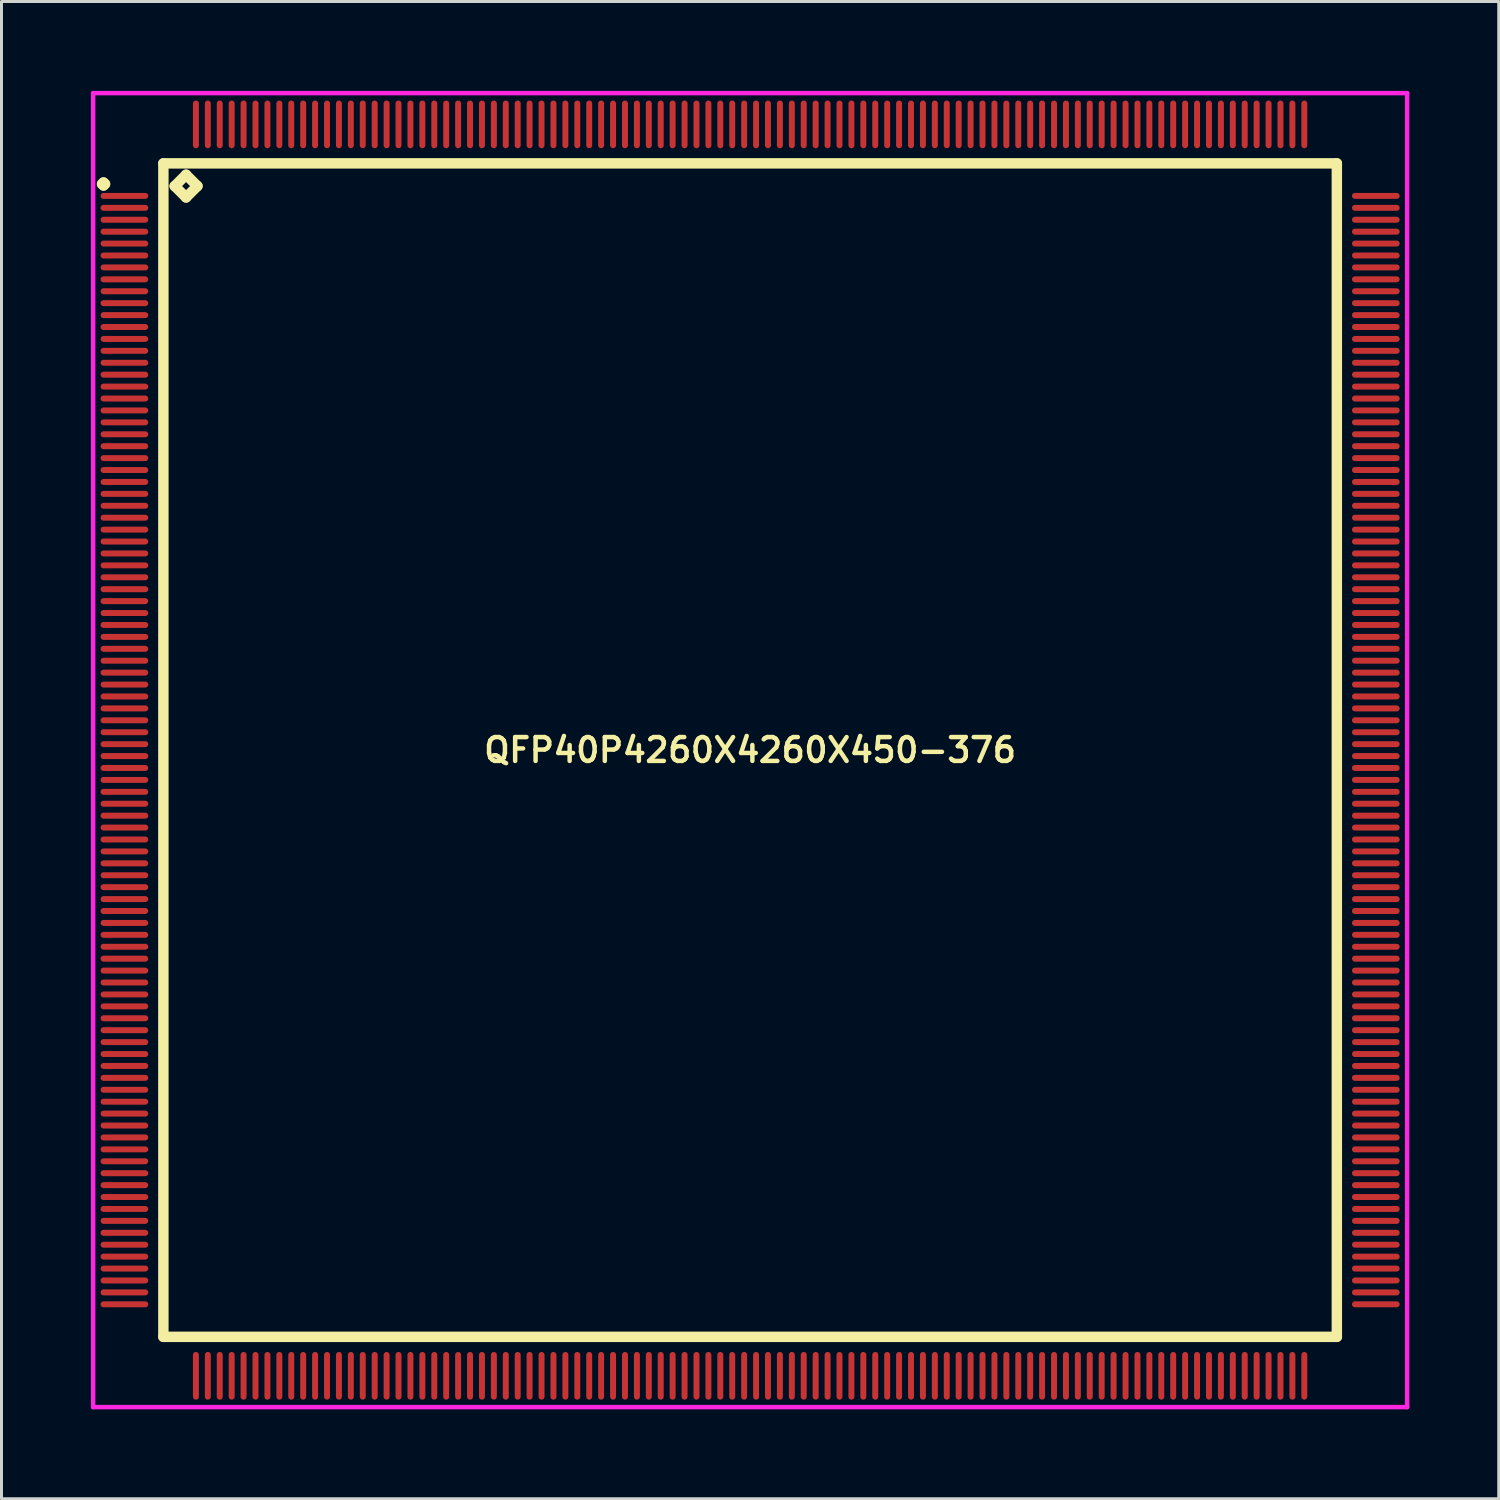
<source format=kicad_pcb>
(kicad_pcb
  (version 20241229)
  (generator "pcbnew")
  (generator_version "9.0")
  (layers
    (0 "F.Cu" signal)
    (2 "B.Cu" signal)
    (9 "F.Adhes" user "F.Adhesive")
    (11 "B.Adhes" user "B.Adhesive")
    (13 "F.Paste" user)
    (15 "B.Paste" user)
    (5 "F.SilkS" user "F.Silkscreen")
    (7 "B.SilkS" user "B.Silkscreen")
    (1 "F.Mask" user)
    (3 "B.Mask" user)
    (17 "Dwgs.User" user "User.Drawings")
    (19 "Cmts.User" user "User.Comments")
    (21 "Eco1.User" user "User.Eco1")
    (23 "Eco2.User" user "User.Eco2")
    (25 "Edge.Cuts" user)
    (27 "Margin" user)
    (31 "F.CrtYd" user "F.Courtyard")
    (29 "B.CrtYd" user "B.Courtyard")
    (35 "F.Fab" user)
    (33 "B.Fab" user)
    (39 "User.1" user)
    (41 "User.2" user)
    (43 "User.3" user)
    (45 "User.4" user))
  (footprint "QFP40P4260X4260X450-376"
    (layer "F.Cu")
    (at 22.125 22.125)
    (property "Reference" "QFP40P4260X4260X450-376" (at 0 0 0) (layer "F.SilkS") (effects (font (size 0.8 0.8) (thickness 0.15))))
    (attr smd)
    (fp_line (start -21.75 -19) (end -21.7 -19.05) (stroke (width 0.35) (type solid)) (layer "F.SilkS"))
    (fp_line (start -21.7 -19.05) (end -21.65 -19) (stroke (width 0.35) (type solid)) (layer "F.SilkS"))
    (fp_line (start -21.7 -18.95) (end -21.75 -19) (stroke (width 0.35) (type solid)) (layer "F.SilkS"))
    (fp_line (start -21.65 -19) (end -21.7 -18.95) (stroke (width 0.35) (type solid)) (layer "F.SilkS"))
    (fp_line (start -19.692 -19.692) (end -19.692 19.692) (stroke (width 0.35) (type solid)) (layer "F.SilkS"))
    (fp_line (start -19.692 19.692) (end 19.692 19.692) (stroke (width 0.35) (type solid)) (layer "F.SilkS"))
    (fp_line (start -19.311 -18.93) (end -18.93 -19.311) (stroke (width 0.35) (type solid)) (layer "F.SilkS"))
    (fp_line (start -18.93 -19.311) (end -18.549 -18.93) (stroke (width 0.35) (type solid)) (layer "F.SilkS"))
    (fp_line (start -18.93 -18.549) (end -19.311 -18.93) (stroke (width 0.35) (type solid)) (layer "F.SilkS"))
    (fp_line (start -18.549 -18.93) (end -18.93 -18.549) (stroke (width 0.35) (type solid)) (layer "F.SilkS"))
    (fp_line (start 19.692 -19.692) (end -19.692 -19.692) (stroke (width 0.35) (type solid)) (layer "F.SilkS"))
    (fp_line (start 19.692 19.692) (end 19.692 -19.692) (stroke (width 0.35) (type solid)) (layer "F.SilkS"))
    (fp_line (start -22.05 -22.05) (end 22.05 -22.05) (stroke (width 0.15) (type solid)) (layer "F.CrtYd"))
    (fp_line (start -22.05 22.05) (end -22.05 -22.05) (stroke (width 0.15) (type solid)) (layer "F.CrtYd"))
    (fp_line (start 22.05 -22.05) (end 22.05 22.05) (stroke (width 0.15) (type solid)) (layer "F.CrtYd"))
    (fp_line (start 22.05 22.05) (end -22.05 22.05) (stroke (width 0.15) (type solid)) (layer "F.CrtYd"))
    (pad "1" smd oval (at -21 -18.6) (size 1.6 0.2) (layers "F.Cu" "F.Mask" "F.Paste"))
    (pad "2" smd oval (at -21 -18.2) (size 1.6 0.2) (layers "F.Cu" "F.Mask" "F.Paste"))
    (pad "3" smd oval (at -21 -17.8) (size 1.6 0.2) (layers "F.Cu" "F.Mask" "F.Paste"))
    (pad "4" smd oval (at -21 -17.4) (size 1.6 0.2) (layers "F.Cu" "F.Mask" "F.Paste"))
    (pad "5" smd oval (at -21 -17) (size 1.6 0.2) (layers "F.Cu" "F.Mask" "F.Paste"))
    (pad "6" smd oval (at -21 -16.6) (size 1.6 0.2) (layers "F.Cu" "F.Mask" "F.Paste"))
    (pad "7" smd oval (at -21 -16.2) (size 1.6 0.2) (layers "F.Cu" "F.Mask" "F.Paste"))
    (pad "8" smd oval (at -21 -15.8) (size 1.6 0.2) (layers "F.Cu" "F.Mask" "F.Paste"))
    (pad "9" smd oval (at -21 -15.4) (size 1.6 0.2) (layers "F.Cu" "F.Mask" "F.Paste"))
    (pad "10" smd oval (at -21 -15) (size 1.6 0.2) (layers "F.Cu" "F.Mask" "F.Paste"))
    (pad "11" smd oval (at -21 -14.6) (size 1.6 0.2) (layers "F.Cu" "F.Mask" "F.Paste"))
    (pad "12" smd oval (at -21 -14.2) (size 1.6 0.2) (layers "F.Cu" "F.Mask" "F.Paste"))
    (pad "13" smd oval (at -21 -13.8) (size 1.6 0.2) (layers "F.Cu" "F.Mask" "F.Paste"))
    (pad "14" smd oval (at -21 -13.4) (size 1.6 0.2) (layers "F.Cu" "F.Mask" "F.Paste"))
    (pad "15" smd oval (at -21 -13) (size 1.6 0.2) (layers "F.Cu" "F.Mask" "F.Paste"))
    (pad "16" smd oval (at -21 -12.6) (size 1.6 0.2) (layers "F.Cu" "F.Mask" "F.Paste"))
    (pad "17" smd oval (at -21 -12.2) (size 1.6 0.2) (layers "F.Cu" "F.Mask" "F.Paste"))
    (pad "18" smd oval (at -21 -11.8) (size 1.6 0.2) (layers "F.Cu" "F.Mask" "F.Paste"))
    (pad "19" smd oval (at -21 -11.4) (size 1.6 0.2) (layers "F.Cu" "F.Mask" "F.Paste"))
    (pad "20" smd oval (at -21 -11) (size 1.6 0.2) (layers "F.Cu" "F.Mask" "F.Paste"))
    (pad "21" smd oval (at -21 -10.6) (size 1.6 0.2) (layers "F.Cu" "F.Mask" "F.Paste"))
    (pad "22" smd oval (at -21 -10.2) (size 1.6 0.2) (layers "F.Cu" "F.Mask" "F.Paste"))
    (pad "23" smd oval (at -21 -9.8) (size 1.6 0.2) (layers "F.Cu" "F.Mask" "F.Paste"))
    (pad "24" smd oval (at -21 -9.4) (size 1.6 0.2) (layers "F.Cu" "F.Mask" "F.Paste"))
    (pad "25" smd oval (at -21 -9) (size 1.6 0.2) (layers "F.Cu" "F.Mask" "F.Paste"))
    (pad "26" smd oval (at -21 -8.6) (size 1.6 0.2) (layers "F.Cu" "F.Mask" "F.Paste"))
    (pad "27" smd oval (at -21 -8.2) (size 1.6 0.2) (layers "F.Cu" "F.Mask" "F.Paste"))
    (pad "28" smd oval (at -21 -7.8) (size 1.6 0.2) (layers "F.Cu" "F.Mask" "F.Paste"))
    (pad "29" smd oval (at -21 -7.4) (size 1.6 0.2) (layers "F.Cu" "F.Mask" "F.Paste"))
    (pad "30" smd oval (at -21 -7) (size 1.6 0.2) (layers "F.Cu" "F.Mask" "F.Paste"))
    (pad "31" smd oval (at -21 -6.6) (size 1.6 0.2) (layers "F.Cu" "F.Mask" "F.Paste"))
    (pad "32" smd oval (at -21 -6.2) (size 1.6 0.2) (layers "F.Cu" "F.Mask" "F.Paste"))
    (pad "33" smd oval (at -21 -5.8) (size 1.6 0.2) (layers "F.Cu" "F.Mask" "F.Paste"))
    (pad "34" smd oval (at -21 -5.4) (size 1.6 0.2) (layers "F.Cu" "F.Mask" "F.Paste"))
    (pad "35" smd oval (at -21 -5) (size 1.6 0.2) (layers "F.Cu" "F.Mask" "F.Paste"))
    (pad "36" smd oval (at -21 -4.6) (size 1.6 0.2) (layers "F.Cu" "F.Mask" "F.Paste"))
    (pad "37" smd oval (at -21 -4.2) (size 1.6 0.2) (layers "F.Cu" "F.Mask" "F.Paste"))
    (pad "38" smd oval (at -21 -3.8) (size 1.6 0.2) (layers "F.Cu" "F.Mask" "F.Paste"))
    (pad "39" smd oval (at -21 -3.4) (size 1.6 0.2) (layers "F.Cu" "F.Mask" "F.Paste"))
    (pad "40" smd oval (at -21 -3) (size 1.6 0.2) (layers "F.Cu" "F.Mask" "F.Paste"))
    (pad "41" smd oval (at -21 -2.6) (size 1.6 0.2) (layers "F.Cu" "F.Mask" "F.Paste"))
    (pad "42" smd oval (at -21 -2.2) (size 1.6 0.2) (layers "F.Cu" "F.Mask" "F.Paste"))
    (pad "43" smd oval (at -21 -1.8) (size 1.6 0.2) (layers "F.Cu" "F.Mask" "F.Paste"))
    (pad "44" smd oval (at -21 -1.4) (size 1.6 0.2) (layers "F.Cu" "F.Mask" "F.Paste"))
    (pad "45" smd oval (at -21 -1) (size 1.6 0.2) (layers "F.Cu" "F.Mask" "F.Paste"))
    (pad "46" smd oval (at -21 -0.6) (size 1.6 0.2) (layers "F.Cu" "F.Mask" "F.Paste"))
    (pad "47" smd oval (at -21 -0.2) (size 1.6 0.2) (layers "F.Cu" "F.Mask" "F.Paste"))
    (pad "48" smd oval (at -21 0.2) (size 1.6 0.2) (layers "F.Cu" "F.Mask" "F.Paste"))
    (pad "49" smd oval (at -21 0.6) (size 1.6 0.2) (layers "F.Cu" "F.Mask" "F.Paste"))
    (pad "50" smd oval (at -21 1) (size 1.6 0.2) (layers "F.Cu" "F.Mask" "F.Paste"))
    (pad "51" smd oval (at -21 1.4) (size 1.6 0.2) (layers "F.Cu" "F.Mask" "F.Paste"))
    (pad "52" smd oval (at -21 1.8) (size 1.6 0.2) (layers "F.Cu" "F.Mask" "F.Paste"))
    (pad "53" smd oval (at -21 2.2) (size 1.6 0.2) (layers "F.Cu" "F.Mask" "F.Paste"))
    (pad "54" smd oval (at -21 2.6) (size 1.6 0.2) (layers "F.Cu" "F.Mask" "F.Paste"))
    (pad "55" smd oval (at -21 3) (size 1.6 0.2) (layers "F.Cu" "F.Mask" "F.Paste"))
    (pad "56" smd oval (at -21 3.4) (size 1.6 0.2) (layers "F.Cu" "F.Mask" "F.Paste"))
    (pad "57" smd oval (at -21 3.8) (size 1.6 0.2) (layers "F.Cu" "F.Mask" "F.Paste"))
    (pad "58" smd oval (at -21 4.2) (size 1.6 0.2) (layers "F.Cu" "F.Mask" "F.Paste"))
    (pad "59" smd oval (at -21 4.6) (size 1.6 0.2) (layers "F.Cu" "F.Mask" "F.Paste"))
    (pad "60" smd oval (at -21 5) (size 1.6 0.2) (layers "F.Cu" "F.Mask" "F.Paste"))
    (pad "61" smd oval (at -21 5.4) (size 1.6 0.2) (layers "F.Cu" "F.Mask" "F.Paste"))
    (pad "62" smd oval (at -21 5.8) (size 1.6 0.2) (layers "F.Cu" "F.Mask" "F.Paste"))
    (pad "63" smd oval (at -21 6.2) (size 1.6 0.2) (layers "F.Cu" "F.Mask" "F.Paste"))
    (pad "64" smd oval (at -21 6.6) (size 1.6 0.2) (layers "F.Cu" "F.Mask" "F.Paste"))
    (pad "65" smd oval (at -21 7) (size 1.6 0.2) (layers "F.Cu" "F.Mask" "F.Paste"))
    (pad "66" smd oval (at -21 7.4) (size 1.6 0.2) (layers "F.Cu" "F.Mask" "F.Paste"))
    (pad "67" smd oval (at -21 7.8) (size 1.6 0.2) (layers "F.Cu" "F.Mask" "F.Paste"))
    (pad "68" smd oval (at -21 8.2) (size 1.6 0.2) (layers "F.Cu" "F.Mask" "F.Paste"))
    (pad "69" smd oval (at -21 8.6) (size 1.6 0.2) (layers "F.Cu" "F.Mask" "F.Paste"))
    (pad "70" smd oval (at -21 9) (size 1.6 0.2) (layers "F.Cu" "F.Mask" "F.Paste"))
    (pad "71" smd oval (at -21 9.4) (size 1.6 0.2) (layers "F.Cu" "F.Mask" "F.Paste"))
    (pad "72" smd oval (at -21 9.8) (size 1.6 0.2) (layers "F.Cu" "F.Mask" "F.Paste"))
    (pad "73" smd oval (at -21 10.2) (size 1.6 0.2) (layers "F.Cu" "F.Mask" "F.Paste"))
    (pad "74" smd oval (at -21 10.6) (size 1.6 0.2) (layers "F.Cu" "F.Mask" "F.Paste"))
    (pad "75" smd oval (at -21 11) (size 1.6 0.2) (layers "F.Cu" "F.Mask" "F.Paste"))
    (pad "76" smd oval (at -21 11.4) (size 1.6 0.2) (layers "F.Cu" "F.Mask" "F.Paste"))
    (pad "77" smd oval (at -21 11.8) (size 1.6 0.2) (layers "F.Cu" "F.Mask" "F.Paste"))
    (pad "78" smd oval (at -21 12.2) (size 1.6 0.2) (layers "F.Cu" "F.Mask" "F.Paste"))
    (pad "79" smd oval (at -21 12.6) (size 1.6 0.2) (layers "F.Cu" "F.Mask" "F.Paste"))
    (pad "80" smd oval (at -21 13) (size 1.6 0.2) (layers "F.Cu" "F.Mask" "F.Paste"))
    (pad "81" smd oval (at -21 13.4) (size 1.6 0.2) (layers "F.Cu" "F.Mask" "F.Paste"))
    (pad "82" smd oval (at -21 13.8) (size 1.6 0.2) (layers "F.Cu" "F.Mask" "F.Paste"))
    (pad "83" smd oval (at -21 14.2) (size 1.6 0.2) (layers "F.Cu" "F.Mask" "F.Paste"))
    (pad "84" smd oval (at -21 14.6) (size 1.6 0.2) (layers "F.Cu" "F.Mask" "F.Paste"))
    (pad "85" smd oval (at -21 15) (size 1.6 0.2) (layers "F.Cu" "F.Mask" "F.Paste"))
    (pad "86" smd oval (at -21 15.4) (size 1.6 0.2) (layers "F.Cu" "F.Mask" "F.Paste"))
    (pad "87" smd oval (at -21 15.8) (size 1.6 0.2) (layers "F.Cu" "F.Mask" "F.Paste"))
    (pad "88" smd oval (at -21 16.2) (size 1.6 0.2) (layers "F.Cu" "F.Mask" "F.Paste"))
    (pad "89" smd oval (at -21 16.6) (size 1.6 0.2) (layers "F.Cu" "F.Mask" "F.Paste"))
    (pad "90" smd oval (at -21 17) (size 1.6 0.2) (layers "F.Cu" "F.Mask" "F.Paste"))
    (pad "91" smd oval (at -21 17.4) (size 1.6 0.2) (layers "F.Cu" "F.Mask" "F.Paste"))
    (pad "92" smd oval (at -21 17.8) (size 1.6 0.2) (layers "F.Cu" "F.Mask" "F.Paste"))
    (pad "93" smd oval (at -21 18.2) (size 1.6 0.2) (layers "F.Cu" "F.Mask" "F.Paste"))
    (pad "94" smd oval (at -21 18.6) (size 1.6 0.2) (layers "F.Cu" "F.Mask" "F.Paste"))
    (pad "95" smd oval (at -18.6 21) (size 0.2 1.6) (layers "F.Cu" "F.Mask" "F.Paste"))
    (pad "96" smd oval (at -18.2 21) (size 0.2 1.6) (layers "F.Cu" "F.Mask" "F.Paste"))
    (pad "97" smd oval (at -17.8 21) (size 0.2 1.6) (layers "F.Cu" "F.Mask" "F.Paste"))
    (pad "98" smd oval (at -17.4 21) (size 0.2 1.6) (layers "F.Cu" "F.Mask" "F.Paste"))
    (pad "99" smd oval (at -17 21) (size 0.2 1.6) (layers "F.Cu" "F.Mask" "F.Paste"))
    (pad "100" smd oval (at -16.6 21) (size 0.2 1.6) (layers "F.Cu" "F.Mask" "F.Paste"))
    (pad "101" smd oval (at -16.2 21) (size 0.2 1.6) (layers "F.Cu" "F.Mask" "F.Paste"))
    (pad "102" smd oval (at -15.8 21) (size 0.2 1.6) (layers "F.Cu" "F.Mask" "F.Paste"))
    (pad "103" smd oval (at -15.4 21) (size 0.2 1.6) (layers "F.Cu" "F.Mask" "F.Paste"))
    (pad "104" smd oval (at -15 21) (size 0.2 1.6) (layers "F.Cu" "F.Mask" "F.Paste"))
    (pad "105" smd oval (at -14.6 21) (size 0.2 1.6) (layers "F.Cu" "F.Mask" "F.Paste"))
    (pad "106" smd oval (at -14.2 21) (size 0.2 1.6) (layers "F.Cu" "F.Mask" "F.Paste"))
    (pad "107" smd oval (at -13.8 21) (size 0.2 1.6) (layers "F.Cu" "F.Mask" "F.Paste"))
    (pad "108" smd oval (at -13.4 21) (size 0.2 1.6) (layers "F.Cu" "F.Mask" "F.Paste"))
    (pad "109" smd oval (at -13 21) (size 0.2 1.6) (layers "F.Cu" "F.Mask" "F.Paste"))
    (pad "110" smd oval (at -12.6 21) (size 0.2 1.6) (layers "F.Cu" "F.Mask" "F.Paste"))
    (pad "111" smd oval (at -12.2 21) (size 0.2 1.6) (layers "F.Cu" "F.Mask" "F.Paste"))
    (pad "112" smd oval (at -11.8 21) (size 0.2 1.6) (layers "F.Cu" "F.Mask" "F.Paste"))
    (pad "113" smd oval (at -11.4 21) (size 0.2 1.6) (layers "F.Cu" "F.Mask" "F.Paste"))
    (pad "114" smd oval (at -11 21) (size 0.2 1.6) (layers "F.Cu" "F.Mask" "F.Paste"))
    (pad "115" smd oval (at -10.6 21) (size 0.2 1.6) (layers "F.Cu" "F.Mask" "F.Paste"))
    (pad "116" smd oval (at -10.2 21) (size 0.2 1.6) (layers "F.Cu" "F.Mask" "F.Paste"))
    (pad "117" smd oval (at -9.8 21) (size 0.2 1.6) (layers "F.Cu" "F.Mask" "F.Paste"))
    (pad "118" smd oval (at -9.4 21) (size 0.2 1.6) (layers "F.Cu" "F.Mask" "F.Paste"))
    (pad "119" smd oval (at -9 21) (size 0.2 1.6) (layers "F.Cu" "F.Mask" "F.Paste"))
    (pad "120" smd oval (at -8.6 21) (size 0.2 1.6) (layers "F.Cu" "F.Mask" "F.Paste"))
    (pad "121" smd oval (at -8.2 21) (size 0.2 1.6) (layers "F.Cu" "F.Mask" "F.Paste"))
    (pad "122" smd oval (at -7.8 21) (size 0.2 1.6) (layers "F.Cu" "F.Mask" "F.Paste"))
    (pad "123" smd oval (at -7.4 21) (size 0.2 1.6) (layers "F.Cu" "F.Mask" "F.Paste"))
    (pad "124" smd oval (at -7 21) (size 0.2 1.6) (layers "F.Cu" "F.Mask" "F.Paste"))
    (pad "125" smd oval (at -6.6 21) (size 0.2 1.6) (layers "F.Cu" "F.Mask" "F.Paste"))
    (pad "126" smd oval (at -6.2 21) (size 0.2 1.6) (layers "F.Cu" "F.Mask" "F.Paste"))
    (pad "127" smd oval (at -5.8 21) (size 0.2 1.6) (layers "F.Cu" "F.Mask" "F.Paste"))
    (pad "128" smd oval (at -5.4 21) (size 0.2 1.6) (layers "F.Cu" "F.Mask" "F.Paste"))
    (pad "129" smd oval (at -5 21) (size 0.2 1.6) (layers "F.Cu" "F.Mask" "F.Paste"))
    (pad "130" smd oval (at -4.6 21) (size 0.2 1.6) (layers "F.Cu" "F.Mask" "F.Paste"))
    (pad "131" smd oval (at -4.2 21) (size 0.2 1.6) (layers "F.Cu" "F.Mask" "F.Paste"))
    (pad "132" smd oval (at -3.8 21) (size 0.2 1.6) (layers "F.Cu" "F.Mask" "F.Paste"))
    (pad "133" smd oval (at -3.4 21) (size 0.2 1.6) (layers "F.Cu" "F.Mask" "F.Paste"))
    (pad "134" smd oval (at -3 21) (size 0.2 1.6) (layers "F.Cu" "F.Mask" "F.Paste"))
    (pad "135" smd oval (at -2.6 21) (size 0.2 1.6) (layers "F.Cu" "F.Mask" "F.Paste"))
    (pad "136" smd oval (at -2.2 21) (size 0.2 1.6) (layers "F.Cu" "F.Mask" "F.Paste"))
    (pad "137" smd oval (at -1.8 21) (size 0.2 1.6) (layers "F.Cu" "F.Mask" "F.Paste"))
    (pad "138" smd oval (at -1.4 21) (size 0.2 1.6) (layers "F.Cu" "F.Mask" "F.Paste"))
    (pad "139" smd oval (at -1 21) (size 0.2 1.6) (layers "F.Cu" "F.Mask" "F.Paste"))
    (pad "140" smd oval (at -0.6 21) (size 0.2 1.6) (layers "F.Cu" "F.Mask" "F.Paste"))
    (pad "141" smd oval (at -0.2 21) (size 0.2 1.6) (layers "F.Cu" "F.Mask" "F.Paste"))
    (pad "142" smd oval (at 0.2 21) (size 0.2 1.6) (layers "F.Cu" "F.Mask" "F.Paste"))
    (pad "143" smd oval (at 0.6 21) (size 0.2 1.6) (layers "F.Cu" "F.Mask" "F.Paste"))
    (pad "144" smd oval (at 1 21) (size 0.2 1.6) (layers "F.Cu" "F.Mask" "F.Paste"))
    (pad "145" smd oval (at 1.4 21) (size 0.2 1.6) (layers "F.Cu" "F.Mask" "F.Paste"))
    (pad "146" smd oval (at 1.8 21) (size 0.2 1.6) (layers "F.Cu" "F.Mask" "F.Paste"))
    (pad "147" smd oval (at 2.2 21) (size 0.2 1.6) (layers "F.Cu" "F.Mask" "F.Paste"))
    (pad "148" smd oval (at 2.6 21) (size 0.2 1.6) (layers "F.Cu" "F.Mask" "F.Paste"))
    (pad "149" smd oval (at 3 21) (size 0.2 1.6) (layers "F.Cu" "F.Mask" "F.Paste"))
    (pad "150" smd oval (at 3.4 21) (size 0.2 1.6) (layers "F.Cu" "F.Mask" "F.Paste"))
    (pad "151" smd oval (at 3.8 21) (size 0.2 1.6) (layers "F.Cu" "F.Mask" "F.Paste"))
    (pad "152" smd oval (at 4.2 21) (size 0.2 1.6) (layers "F.Cu" "F.Mask" "F.Paste"))
    (pad "153" smd oval (at 4.6 21) (size 0.2 1.6) (layers "F.Cu" "F.Mask" "F.Paste"))
    (pad "154" smd oval (at 5 21) (size 0.2 1.6) (layers "F.Cu" "F.Mask" "F.Paste"))
    (pad "155" smd oval (at 5.4 21) (size 0.2 1.6) (layers "F.Cu" "F.Mask" "F.Paste"))
    (pad "156" smd oval (at 5.8 21) (size 0.2 1.6) (layers "F.Cu" "F.Mask" "F.Paste"))
    (pad "157" smd oval (at 6.2 21) (size 0.2 1.6) (layers "F.Cu" "F.Mask" "F.Paste"))
    (pad "158" smd oval (at 6.6 21) (size 0.2 1.6) (layers "F.Cu" "F.Mask" "F.Paste"))
    (pad "159" smd oval (at 7 21) (size 0.2 1.6) (layers "F.Cu" "F.Mask" "F.Paste"))
    (pad "160" smd oval (at 7.4 21) (size 0.2 1.6) (layers "F.Cu" "F.Mask" "F.Paste"))
    (pad "161" smd oval (at 7.8 21) (size 0.2 1.6) (layers "F.Cu" "F.Mask" "F.Paste"))
    (pad "162" smd oval (at 8.2 21) (size 0.2 1.6) (layers "F.Cu" "F.Mask" "F.Paste"))
    (pad "163" smd oval (at 8.6 21) (size 0.2 1.6) (layers "F.Cu" "F.Mask" "F.Paste"))
    (pad "164" smd oval (at 9 21) (size 0.2 1.6) (layers "F.Cu" "F.Mask" "F.Paste"))
    (pad "165" smd oval (at 9.4 21) (size 0.2 1.6) (layers "F.Cu" "F.Mask" "F.Paste"))
    (pad "166" smd oval (at 9.8 21) (size 0.2 1.6) (layers "F.Cu" "F.Mask" "F.Paste"))
    (pad "167" smd oval (at 10.2 21) (size 0.2 1.6) (layers "F.Cu" "F.Mask" "F.Paste"))
    (pad "168" smd oval (at 10.6 21) (size 0.2 1.6) (layers "F.Cu" "F.Mask" "F.Paste"))
    (pad "169" smd oval (at 11 21) (size 0.2 1.6) (layers "F.Cu" "F.Mask" "F.Paste"))
    (pad "170" smd oval (at 11.4 21) (size 0.2 1.6) (layers "F.Cu" "F.Mask" "F.Paste"))
    (pad "171" smd oval (at 11.8 21) (size 0.2 1.6) (layers "F.Cu" "F.Mask" "F.Paste"))
    (pad "172" smd oval (at 12.2 21) (size 0.2 1.6) (layers "F.Cu" "F.Mask" "F.Paste"))
    (pad "173" smd oval (at 12.6 21) (size 0.2 1.6) (layers "F.Cu" "F.Mask" "F.Paste"))
    (pad "174" smd oval (at 13 21) (size 0.2 1.6) (layers "F.Cu" "F.Mask" "F.Paste"))
    (pad "175" smd oval (at 13.4 21) (size 0.2 1.6) (layers "F.Cu" "F.Mask" "F.Paste"))
    (pad "176" smd oval (at 13.8 21) (size 0.2 1.6) (layers "F.Cu" "F.Mask" "F.Paste"))
    (pad "177" smd oval (at 14.2 21) (size 0.2 1.6) (layers "F.Cu" "F.Mask" "F.Paste"))
    (pad "178" smd oval (at 14.6 21) (size 0.2 1.6) (layers "F.Cu" "F.Mask" "F.Paste"))
    (pad "179" smd oval (at 15 21) (size 0.2 1.6) (layers "F.Cu" "F.Mask" "F.Paste"))
    (pad "180" smd oval (at 15.4 21) (size 0.2 1.6) (layers "F.Cu" "F.Mask" "F.Paste"))
    (pad "181" smd oval (at 15.8 21) (size 0.2 1.6) (layers "F.Cu" "F.Mask" "F.Paste"))
    (pad "182" smd oval (at 16.2 21) (size 0.2 1.6) (layers "F.Cu" "F.Mask" "F.Paste"))
    (pad "183" smd oval (at 16.6 21) (size 0.2 1.6) (layers "F.Cu" "F.Mask" "F.Paste"))
    (pad "184" smd oval (at 17 21) (size 0.2 1.6) (layers "F.Cu" "F.Mask" "F.Paste"))
    (pad "185" smd oval (at 17.4 21) (size 0.2 1.6) (layers "F.Cu" "F.Mask" "F.Paste"))
    (pad "186" smd oval (at 17.8 21) (size 0.2 1.6) (layers "F.Cu" "F.Mask" "F.Paste"))
    (pad "187" smd oval (at 18.2 21) (size 0.2 1.6) (layers "F.Cu" "F.Mask" "F.Paste"))
    (pad "188" smd oval (at 18.6 21) (size 0.2 1.6) (layers "F.Cu" "F.Mask" "F.Paste"))
    (pad "189" smd oval (at 21 18.6) (size 1.6 0.2) (layers "F.Cu" "F.Mask" "F.Paste"))
    (pad "190" smd oval (at 21 18.2) (size 1.6 0.2) (layers "F.Cu" "F.Mask" "F.Paste"))
    (pad "191" smd oval (at 21 17.8) (size 1.6 0.2) (layers "F.Cu" "F.Mask" "F.Paste"))
    (pad "192" smd oval (at 21 17.4) (size 1.6 0.2) (layers "F.Cu" "F.Mask" "F.Paste"))
    (pad "193" smd oval (at 21 17) (size 1.6 0.2) (layers "F.Cu" "F.Mask" "F.Paste"))
    (pad "194" smd oval (at 21 16.6) (size 1.6 0.2) (layers "F.Cu" "F.Mask" "F.Paste"))
    (pad "195" smd oval (at 21 16.2) (size 1.6 0.2) (layers "F.Cu" "F.Mask" "F.Paste"))
    (pad "196" smd oval (at 21 15.8) (size 1.6 0.2) (layers "F.Cu" "F.Mask" "F.Paste"))
    (pad "197" smd oval (at 21 15.4) (size 1.6 0.2) (layers "F.Cu" "F.Mask" "F.Paste"))
    (pad "198" smd oval (at 21 15) (size 1.6 0.2) (layers "F.Cu" "F.Mask" "F.Paste"))
    (pad "199" smd oval (at 21 14.6) (size 1.6 0.2) (layers "F.Cu" "F.Mask" "F.Paste"))
    (pad "200" smd oval (at 21 14.2) (size 1.6 0.2) (layers "F.Cu" "F.Mask" "F.Paste"))
    (pad "201" smd oval (at 21 13.8) (size 1.6 0.2) (layers "F.Cu" "F.Mask" "F.Paste"))
    (pad "202" smd oval (at 21 13.4) (size 1.6 0.2) (layers "F.Cu" "F.Mask" "F.Paste"))
    (pad "203" smd oval (at 21 13) (size 1.6 0.2) (layers "F.Cu" "F.Mask" "F.Paste"))
    (pad "204" smd oval (at 21 12.6) (size 1.6 0.2) (layers "F.Cu" "F.Mask" "F.Paste"))
    (pad "205" smd oval (at 21 12.2) (size 1.6 0.2) (layers "F.Cu" "F.Mask" "F.Paste"))
    (pad "206" smd oval (at 21 11.8) (size 1.6 0.2) (layers "F.Cu" "F.Mask" "F.Paste"))
    (pad "207" smd oval (at 21 11.4) (size 1.6 0.2) (layers "F.Cu" "F.Mask" "F.Paste"))
    (pad "208" smd oval (at 21 11) (size 1.6 0.2) (layers "F.Cu" "F.Mask" "F.Paste"))
    (pad "209" smd oval (at 21 10.6) (size 1.6 0.2) (layers "F.Cu" "F.Mask" "F.Paste"))
    (pad "210" smd oval (at 21 10.2) (size 1.6 0.2) (layers "F.Cu" "F.Mask" "F.Paste"))
    (pad "211" smd oval (at 21 9.8) (size 1.6 0.2) (layers "F.Cu" "F.Mask" "F.Paste"))
    (pad "212" smd oval (at 21 9.4) (size 1.6 0.2) (layers "F.Cu" "F.Mask" "F.Paste"))
    (pad "213" smd oval (at 21 9) (size 1.6 0.2) (layers "F.Cu" "F.Mask" "F.Paste"))
    (pad "214" smd oval (at 21 8.6) (size 1.6 0.2) (layers "F.Cu" "F.Mask" "F.Paste"))
    (pad "215" smd oval (at 21 8.2) (size 1.6 0.2) (layers "F.Cu" "F.Mask" "F.Paste"))
    (pad "216" smd oval (at 21 7.8) (size 1.6 0.2) (layers "F.Cu" "F.Mask" "F.Paste"))
    (pad "217" smd oval (at 21 7.4) (size 1.6 0.2) (layers "F.Cu" "F.Mask" "F.Paste"))
    (pad "218" smd oval (at 21 7) (size 1.6 0.2) (layers "F.Cu" "F.Mask" "F.Paste"))
    (pad "219" smd oval (at 21 6.6) (size 1.6 0.2) (layers "F.Cu" "F.Mask" "F.Paste"))
    (pad "220" smd oval (at 21 6.2) (size 1.6 0.2) (layers "F.Cu" "F.Mask" "F.Paste"))
    (pad "221" smd oval (at 21 5.8) (size 1.6 0.2) (layers "F.Cu" "F.Mask" "F.Paste"))
    (pad "222" smd oval (at 21 5.4) (size 1.6 0.2) (layers "F.Cu" "F.Mask" "F.Paste"))
    (pad "223" smd oval (at 21 5) (size 1.6 0.2) (layers "F.Cu" "F.Mask" "F.Paste"))
    (pad "224" smd oval (at 21 4.6) (size 1.6 0.2) (layers "F.Cu" "F.Mask" "F.Paste"))
    (pad "225" smd oval (at 21 4.2) (size 1.6 0.2) (layers "F.Cu" "F.Mask" "F.Paste"))
    (pad "226" smd oval (at 21 3.8) (size 1.6 0.2) (layers "F.Cu" "F.Mask" "F.Paste"))
    (pad "227" smd oval (at 21 3.4) (size 1.6 0.2) (layers "F.Cu" "F.Mask" "F.Paste"))
    (pad "228" smd oval (at 21 3) (size 1.6 0.2) (layers "F.Cu" "F.Mask" "F.Paste"))
    (pad "229" smd oval (at 21 2.6) (size 1.6 0.2) (layers "F.Cu" "F.Mask" "F.Paste"))
    (pad "230" smd oval (at 21 2.2) (size 1.6 0.2) (layers "F.Cu" "F.Mask" "F.Paste"))
    (pad "231" smd oval (at 21 1.8) (size 1.6 0.2) (layers "F.Cu" "F.Mask" "F.Paste"))
    (pad "232" smd oval (at 21 1.4) (size 1.6 0.2) (layers "F.Cu" "F.Mask" "F.Paste"))
    (pad "233" smd oval (at 21 1) (size 1.6 0.2) (layers "F.Cu" "F.Mask" "F.Paste"))
    (pad "234" smd oval (at 21 0.6) (size 1.6 0.2) (layers "F.Cu" "F.Mask" "F.Paste"))
    (pad "235" smd oval (at 21 0.2) (size 1.6 0.2) (layers "F.Cu" "F.Mask" "F.Paste"))
    (pad "236" smd oval (at 21 -0.2) (size 1.6 0.2) (layers "F.Cu" "F.Mask" "F.Paste"))
    (pad "237" smd oval (at 21 -0.6) (size 1.6 0.2) (layers "F.Cu" "F.Mask" "F.Paste"))
    (pad "238" smd oval (at 21 -1) (size 1.6 0.2) (layers "F.Cu" "F.Mask" "F.Paste"))
    (pad "239" smd oval (at 21 -1.4) (size 1.6 0.2) (layers "F.Cu" "F.Mask" "F.Paste"))
    (pad "240" smd oval (at 21 -1.8) (size 1.6 0.2) (layers "F.Cu" "F.Mask" "F.Paste"))
    (pad "241" smd oval (at 21 -2.2) (size 1.6 0.2) (layers "F.Cu" "F.Mask" "F.Paste"))
    (pad "242" smd oval (at 21 -2.6) (size 1.6 0.2) (layers "F.Cu" "F.Mask" "F.Paste"))
    (pad "243" smd oval (at 21 -3) (size 1.6 0.2) (layers "F.Cu" "F.Mask" "F.Paste"))
    (pad "244" smd oval (at 21 -3.4) (size 1.6 0.2) (layers "F.Cu" "F.Mask" "F.Paste"))
    (pad "245" smd oval (at 21 -3.8) (size 1.6 0.2) (layers "F.Cu" "F.Mask" "F.Paste"))
    (pad "246" smd oval (at 21 -4.2) (size 1.6 0.2) (layers "F.Cu" "F.Mask" "F.Paste"))
    (pad "247" smd oval (at 21 -4.6) (size 1.6 0.2) (layers "F.Cu" "F.Mask" "F.Paste"))
    (pad "248" smd oval (at 21 -5) (size 1.6 0.2) (layers "F.Cu" "F.Mask" "F.Paste"))
    (pad "249" smd oval (at 21 -5.4) (size 1.6 0.2) (layers "F.Cu" "F.Mask" "F.Paste"))
    (pad "250" smd oval (at 21 -5.8) (size 1.6 0.2) (layers "F.Cu" "F.Mask" "F.Paste"))
    (pad "251" smd oval (at 21 -6.2) (size 1.6 0.2) (layers "F.Cu" "F.Mask" "F.Paste"))
    (pad "252" smd oval (at 21 -6.6) (size 1.6 0.2) (layers "F.Cu" "F.Mask" "F.Paste"))
    (pad "253" smd oval (at 21 -7) (size 1.6 0.2) (layers "F.Cu" "F.Mask" "F.Paste"))
    (pad "254" smd oval (at 21 -7.4) (size 1.6 0.2) (layers "F.Cu" "F.Mask" "F.Paste"))
    (pad "255" smd oval (at 21 -7.8) (size 1.6 0.2) (layers "F.Cu" "F.Mask" "F.Paste"))
    (pad "256" smd oval (at 21 -8.2) (size 1.6 0.2) (layers "F.Cu" "F.Mask" "F.Paste"))
    (pad "257" smd oval (at 21 -8.6) (size 1.6 0.2) (layers "F.Cu" "F.Mask" "F.Paste"))
    (pad "258" smd oval (at 21 -9) (size 1.6 0.2) (layers "F.Cu" "F.Mask" "F.Paste"))
    (pad "259" smd oval (at 21 -9.4) (size 1.6 0.2) (layers "F.Cu" "F.Mask" "F.Paste"))
    (pad "260" smd oval (at 21 -9.8) (size 1.6 0.2) (layers "F.Cu" "F.Mask" "F.Paste"))
    (pad "261" smd oval (at 21 -10.2) (size 1.6 0.2) (layers "F.Cu" "F.Mask" "F.Paste"))
    (pad "262" smd oval (at 21 -10.6) (size 1.6 0.2) (layers "F.Cu" "F.Mask" "F.Paste"))
    (pad "263" smd oval (at 21 -11) (size 1.6 0.2) (layers "F.Cu" "F.Mask" "F.Paste"))
    (pad "264" smd oval (at 21 -11.4) (size 1.6 0.2) (layers "F.Cu" "F.Mask" "F.Paste"))
    (pad "265" smd oval (at 21 -11.8) (size 1.6 0.2) (layers "F.Cu" "F.Mask" "F.Paste"))
    (pad "266" smd oval (at 21 -12.2) (size 1.6 0.2) (layers "F.Cu" "F.Mask" "F.Paste"))
    (pad "267" smd oval (at 21 -12.6) (size 1.6 0.2) (layers "F.Cu" "F.Mask" "F.Paste"))
    (pad "268" smd oval (at 21 -13) (size 1.6 0.2) (layers "F.Cu" "F.Mask" "F.Paste"))
    (pad "269" smd oval (at 21 -13.4) (size 1.6 0.2) (layers "F.Cu" "F.Mask" "F.Paste"))
    (pad "270" smd oval (at 21 -13.8) (size 1.6 0.2) (layers "F.Cu" "F.Mask" "F.Paste"))
    (pad "271" smd oval (at 21 -14.2) (size 1.6 0.2) (layers "F.Cu" "F.Mask" "F.Paste"))
    (pad "272" smd oval (at 21 -14.6) (size 1.6 0.2) (layers "F.Cu" "F.Mask" "F.Paste"))
    (pad "273" smd oval (at 21 -15) (size 1.6 0.2) (layers "F.Cu" "F.Mask" "F.Paste"))
    (pad "274" smd oval (at 21 -15.4) (size 1.6 0.2) (layers "F.Cu" "F.Mask" "F.Paste"))
    (pad "275" smd oval (at 21 -15.8) (size 1.6 0.2) (layers "F.Cu" "F.Mask" "F.Paste"))
    (pad "276" smd oval (at 21 -16.2) (size 1.6 0.2) (layers "F.Cu" "F.Mask" "F.Paste"))
    (pad "277" smd oval (at 21 -16.6) (size 1.6 0.2) (layers "F.Cu" "F.Mask" "F.Paste"))
    (pad "278" smd oval (at 21 -17) (size 1.6 0.2) (layers "F.Cu" "F.Mask" "F.Paste"))
    (pad "279" smd oval (at 21 -17.4) (size 1.6 0.2) (layers "F.Cu" "F.Mask" "F.Paste"))
    (pad "280" smd oval (at 21 -17.8) (size 1.6 0.2) (layers "F.Cu" "F.Mask" "F.Paste"))
    (pad "281" smd oval (at 21 -18.2) (size 1.6 0.2) (layers "F.Cu" "F.Mask" "F.Paste"))
    (pad "282" smd oval (at 21 -18.6) (size 1.6 0.2) (layers "F.Cu" "F.Mask" "F.Paste"))
    (pad "283" smd oval (at 18.6 -21) (size 0.2 1.6) (layers "F.Cu" "F.Mask" "F.Paste"))
    (pad "284" smd oval (at 18.2 -21) (size 0.2 1.6) (layers "F.Cu" "F.Mask" "F.Paste"))
    (pad "285" smd oval (at 17.8 -21) (size 0.2 1.6) (layers "F.Cu" "F.Mask" "F.Paste"))
    (pad "286" smd oval (at 17.4 -21) (size 0.2 1.6) (layers "F.Cu" "F.Mask" "F.Paste"))
    (pad "287" smd oval (at 17 -21) (size 0.2 1.6) (layers "F.Cu" "F.Mask" "F.Paste"))
    (pad "288" smd oval (at 16.6 -21) (size 0.2 1.6) (layers "F.Cu" "F.Mask" "F.Paste"))
    (pad "289" smd oval (at 16.2 -21) (size 0.2 1.6) (layers "F.Cu" "F.Mask" "F.Paste"))
    (pad "290" smd oval (at 15.8 -21) (size 0.2 1.6) (layers "F.Cu" "F.Mask" "F.Paste"))
    (pad "291" smd oval (at 15.4 -21) (size 0.2 1.6) (layers "F.Cu" "F.Mask" "F.Paste"))
    (pad "292" smd oval (at 15 -21) (size 0.2 1.6) (layers "F.Cu" "F.Mask" "F.Paste"))
    (pad "293" smd oval (at 14.6 -21) (size 0.2 1.6) (layers "F.Cu" "F.Mask" "F.Paste"))
    (pad "294" smd oval (at 14.2 -21) (size 0.2 1.6) (layers "F.Cu" "F.Mask" "F.Paste"))
    (pad "295" smd oval (at 13.8 -21) (size 0.2 1.6) (layers "F.Cu" "F.Mask" "F.Paste"))
    (pad "296" smd oval (at 13.4 -21) (size 0.2 1.6) (layers "F.Cu" "F.Mask" "F.Paste"))
    (pad "297" smd oval (at 13 -21) (size 0.2 1.6) (layers "F.Cu" "F.Mask" "F.Paste"))
    (pad "298" smd oval (at 12.6 -21) (size 0.2 1.6) (layers "F.Cu" "F.Mask" "F.Paste"))
    (pad "299" smd oval (at 12.2 -21) (size 0.2 1.6) (layers "F.Cu" "F.Mask" "F.Paste"))
    (pad "300" smd oval (at 11.8 -21) (size 0.2 1.6) (layers "F.Cu" "F.Mask" "F.Paste"))
    (pad "301" smd oval (at 11.4 -21) (size 0.2 1.6) (layers "F.Cu" "F.Mask" "F.Paste"))
    (pad "302" smd oval (at 11 -21) (size 0.2 1.6) (layers "F.Cu" "F.Mask" "F.Paste"))
    (pad "303" smd oval (at 10.6 -21) (size 0.2 1.6) (layers "F.Cu" "F.Mask" "F.Paste"))
    (pad "304" smd oval (at 10.2 -21) (size 0.2 1.6) (layers "F.Cu" "F.Mask" "F.Paste"))
    (pad "305" smd oval (at 9.8 -21) (size 0.2 1.6) (layers "F.Cu" "F.Mask" "F.Paste"))
    (pad "306" smd oval (at 9.4 -21) (size 0.2 1.6) (layers "F.Cu" "F.Mask" "F.Paste"))
    (pad "307" smd oval (at 9 -21) (size 0.2 1.6) (layers "F.Cu" "F.Mask" "F.Paste"))
    (pad "308" smd oval (at 8.6 -21) (size 0.2 1.6) (layers "F.Cu" "F.Mask" "F.Paste"))
    (pad "309" smd oval (at 8.2 -21) (size 0.2 1.6) (layers "F.Cu" "F.Mask" "F.Paste"))
    (pad "310" smd oval (at 7.8 -21) (size 0.2 1.6) (layers "F.Cu" "F.Mask" "F.Paste"))
    (pad "311" smd oval (at 7.4 -21) (size 0.2 1.6) (layers "F.Cu" "F.Mask" "F.Paste"))
    (pad "312" smd oval (at 7 -21) (size 0.2 1.6) (layers "F.Cu" "F.Mask" "F.Paste"))
    (pad "313" smd oval (at 6.6 -21) (size 0.2 1.6) (layers "F.Cu" "F.Mask" "F.Paste"))
    (pad "314" smd oval (at 6.2 -21) (size 0.2 1.6) (layers "F.Cu" "F.Mask" "F.Paste"))
    (pad "315" smd oval (at 5.8 -21) (size 0.2 1.6) (layers "F.Cu" "F.Mask" "F.Paste"))
    (pad "316" smd oval (at 5.4 -21) (size 0.2 1.6) (layers "F.Cu" "F.Mask" "F.Paste"))
    (pad "317" smd oval (at 5 -21) (size 0.2 1.6) (layers "F.Cu" "F.Mask" "F.Paste"))
    (pad "318" smd oval (at 4.6 -21) (size 0.2 1.6) (layers "F.Cu" "F.Mask" "F.Paste"))
    (pad "319" smd oval (at 4.2 -21) (size 0.2 1.6) (layers "F.Cu" "F.Mask" "F.Paste"))
    (pad "320" smd oval (at 3.8 -21) (size 0.2 1.6) (layers "F.Cu" "F.Mask" "F.Paste"))
    (pad "321" smd oval (at 3.4 -21) (size 0.2 1.6) (layers "F.Cu" "F.Mask" "F.Paste"))
    (pad "322" smd oval (at 3 -21) (size 0.2 1.6) (layers "F.Cu" "F.Mask" "F.Paste"))
    (pad "323" smd oval (at 2.6 -21) (size 0.2 1.6) (layers "F.Cu" "F.Mask" "F.Paste"))
    (pad "324" smd oval (at 2.2 -21) (size 0.2 1.6) (layers "F.Cu" "F.Mask" "F.Paste"))
    (pad "325" smd oval (at 1.8 -21) (size 0.2 1.6) (layers "F.Cu" "F.Mask" "F.Paste"))
    (pad "326" smd oval (at 1.4 -21) (size 0.2 1.6) (layers "F.Cu" "F.Mask" "F.Paste"))
    (pad "327" smd oval (at 1 -21) (size 0.2 1.6) (layers "F.Cu" "F.Mask" "F.Paste"))
    (pad "328" smd oval (at 0.6 -21) (size 0.2 1.6) (layers "F.Cu" "F.Mask" "F.Paste"))
    (pad "329" smd oval (at 0.2 -21) (size 0.2 1.6) (layers "F.Cu" "F.Mask" "F.Paste"))
    (pad "330" smd oval (at -0.2 -21) (size 0.2 1.6) (layers "F.Cu" "F.Mask" "F.Paste"))
    (pad "331" smd oval (at -0.6 -21) (size 0.2 1.6) (layers "F.Cu" "F.Mask" "F.Paste"))
    (pad "332" smd oval (at -1 -21) (size 0.2 1.6) (layers "F.Cu" "F.Mask" "F.Paste"))
    (pad "333" smd oval (at -1.4 -21) (size 0.2 1.6) (layers "F.Cu" "F.Mask" "F.Paste"))
    (pad "334" smd oval (at -1.8 -21) (size 0.2 1.6) (layers "F.Cu" "F.Mask" "F.Paste"))
    (pad "335" smd oval (at -2.2 -21) (size 0.2 1.6) (layers "F.Cu" "F.Mask" "F.Paste"))
    (pad "336" smd oval (at -2.6 -21) (size 0.2 1.6) (layers "F.Cu" "F.Mask" "F.Paste"))
    (pad "337" smd oval (at -3 -21) (size 0.2 1.6) (layers "F.Cu" "F.Mask" "F.Paste"))
    (pad "338" smd oval (at -3.4 -21) (size 0.2 1.6) (layers "F.Cu" "F.Mask" "F.Paste"))
    (pad "339" smd oval (at -3.8 -21) (size 0.2 1.6) (layers "F.Cu" "F.Mask" "F.Paste"))
    (pad "340" smd oval (at -4.2 -21) (size 0.2 1.6) (layers "F.Cu" "F.Mask" "F.Paste"))
    (pad "341" smd oval (at -4.6 -21) (size 0.2 1.6) (layers "F.Cu" "F.Mask" "F.Paste"))
    (pad "342" smd oval (at -5 -21) (size 0.2 1.6) (layers "F.Cu" "F.Mask" "F.Paste"))
    (pad "343" smd oval (at -5.4 -21) (size 0.2 1.6) (layers "F.Cu" "F.Mask" "F.Paste"))
    (pad "344" smd oval (at -5.8 -21) (size 0.2 1.6) (layers "F.Cu" "F.Mask" "F.Paste"))
    (pad "345" smd oval (at -6.2 -21) (size 0.2 1.6) (layers "F.Cu" "F.Mask" "F.Paste"))
    (pad "346" smd oval (at -6.6 -21) (size 0.2 1.6) (layers "F.Cu" "F.Mask" "F.Paste"))
    (pad "347" smd oval (at -7 -21) (size 0.2 1.6) (layers "F.Cu" "F.Mask" "F.Paste"))
    (pad "348" smd oval (at -7.4 -21) (size 0.2 1.6) (layers "F.Cu" "F.Mask" "F.Paste"))
    (pad "349" smd oval (at -7.8 -21) (size 0.2 1.6) (layers "F.Cu" "F.Mask" "F.Paste"))
    (pad "350" smd oval (at -8.2 -21) (size 0.2 1.6) (layers "F.Cu" "F.Mask" "F.Paste"))
    (pad "351" smd oval (at -8.6 -21) (size 0.2 1.6) (layers "F.Cu" "F.Mask" "F.Paste"))
    (pad "352" smd oval (at -9 -21) (size 0.2 1.6) (layers "F.Cu" "F.Mask" "F.Paste"))
    (pad "353" smd oval (at -9.4 -21) (size 0.2 1.6) (layers "F.Cu" "F.Mask" "F.Paste"))
    (pad "354" smd oval (at -9.8 -21) (size 0.2 1.6) (layers "F.Cu" "F.Mask" "F.Paste"))
    (pad "355" smd oval (at -10.2 -21) (size 0.2 1.6) (layers "F.Cu" "F.Mask" "F.Paste"))
    (pad "356" smd oval (at -10.6 -21) (size 0.2 1.6) (layers "F.Cu" "F.Mask" "F.Paste"))
    (pad "357" smd oval (at -11 -21) (size 0.2 1.6) (layers "F.Cu" "F.Mask" "F.Paste"))
    (pad "358" smd oval (at -11.4 -21) (size 0.2 1.6) (layers "F.Cu" "F.Mask" "F.Paste"))
    (pad "359" smd oval (at -11.8 -21) (size 0.2 1.6) (layers "F.Cu" "F.Mask" "F.Paste"))
    (pad "360" smd oval (at -12.2 -21) (size 0.2 1.6) (layers "F.Cu" "F.Mask" "F.Paste"))
    (pad "361" smd oval (at -12.6 -21) (size 0.2 1.6) (layers "F.Cu" "F.Mask" "F.Paste"))
    (pad "362" smd oval (at -13 -21) (size 0.2 1.6) (layers "F.Cu" "F.Mask" "F.Paste"))
    (pad "363" smd oval (at -13.4 -21) (size 0.2 1.6) (layers "F.Cu" "F.Mask" "F.Paste"))
    (pad "364" smd oval (at -13.8 -21) (size 0.2 1.6) (layers "F.Cu" "F.Mask" "F.Paste"))
    (pad "365" smd oval (at -14.2 -21) (size 0.2 1.6) (layers "F.Cu" "F.Mask" "F.Paste"))
    (pad "366" smd oval (at -14.6 -21) (size 0.2 1.6) (layers "F.Cu" "F.Mask" "F.Paste"))
    (pad "367" smd oval (at -15 -21) (size 0.2 1.6) (layers "F.Cu" "F.Mask" "F.Paste"))
    (pad "368" smd oval (at -15.4 -21) (size 0.2 1.6) (layers "F.Cu" "F.Mask" "F.Paste"))
    (pad "369" smd oval (at -15.8 -21) (size 0.2 1.6) (layers "F.Cu" "F.Mask" "F.Paste"))
    (pad "370" smd oval (at -16.2 -21) (size 0.2 1.6) (layers "F.Cu" "F.Mask" "F.Paste"))
    (pad "371" smd oval (at -16.6 -21) (size 0.2 1.6) (layers "F.Cu" "F.Mask" "F.Paste"))
    (pad "372" smd oval (at -17 -21) (size 0.2 1.6) (layers "F.Cu" "F.Mask" "F.Paste"))
    (pad "373" smd oval (at -17.4 -21) (size 0.2 1.6) (layers "F.Cu" "F.Mask" "F.Paste"))
    (pad "374" smd oval (at -17.8 -21) (size 0.2 1.6) (layers "F.Cu" "F.Mask" "F.Paste"))
    (pad "375" smd oval (at -18.2 -21) (size 0.2 1.6) (layers "F.Cu" "F.Mask" "F.Paste"))
    (pad "376" smd oval (at -18.6 -21) (size 0.2 1.6) (layers "F.Cu" "F.Mask" "F.Paste")))
  (gr_rect
    (start -3 -3)
    (end 47.25 47.25)
    (stroke (width 0.1) (type default))
    (fill no)
    (layer "Edge.Cuts")))
</source>
